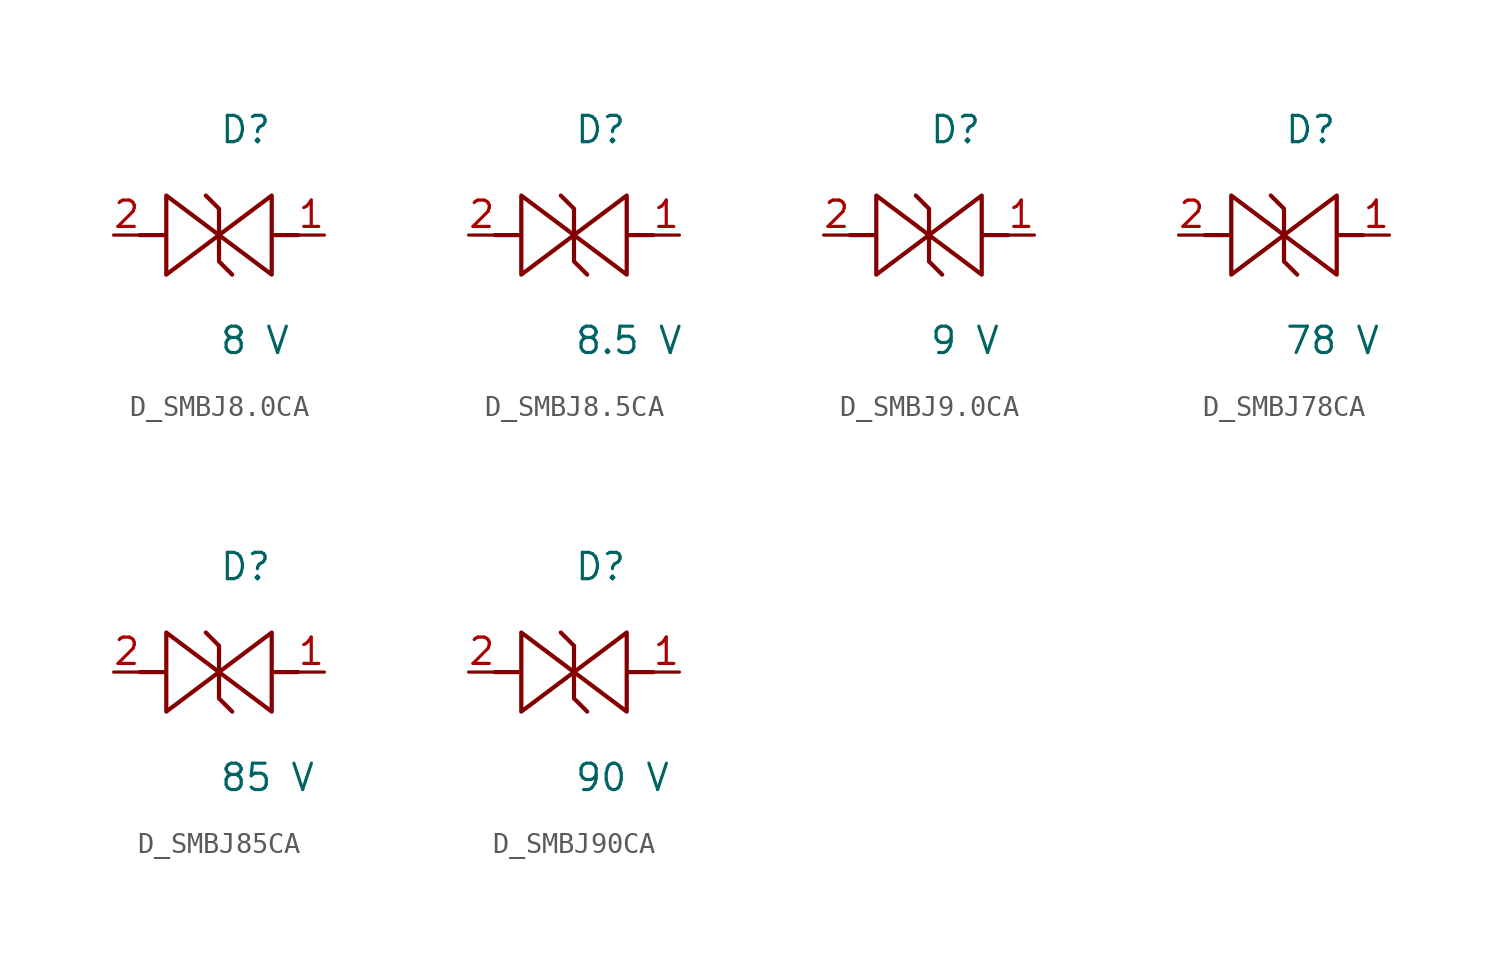
<source format=kicad_sym>
(kicad_symbol_lib
  (version 20231120)
  (generator kicad_symbol_editor)
  (generator_version 8.0)
  (symbol "D_SMBJ8.0CA"
    (pin_names
      (offset 0.254))
    (property "Reference" "D"
      (at 0.0 5.08 0)
      (effects (font (size 1.27 1.27)) (justify left)))
    (property "Value" "8 V"
      (at 0.0 -5.08 0)
      (effects (font (size 1.27 1.27)) (justify left)))
    (symbol "D_SMBJ8.0CA_1_0"
      (polyline (pts (xy 3.81 0) (xy 2.54 0) (xy 2.54 1.905) (xy 0 0) (xy 0 1.27) (xy -0.635 1.905) (xy 0 1.27) (xy 0 0) (xy -2.54 1.905) (xy -2.54 0) (xy -3.81 0) (xy -2.54 0) (xy -2.54 -1.905) (xy 0 0) (xy 0 -1.27) (xy 0.635 -1.905) (xy 0 -1.27) (xy 0 0) (xy 2.54 -1.905) (xy 2.54 0)) (stroke (width 0.203) (type default)) (fill (type none)))
      (pin unspecified line (at 5.08 0 180) (length 1.27) (name "" (effects (font (size 1.27 1.27)))) (number "1" (effects (font (size 1.27 1.27)))))
      (pin unspecified line (at -5.08 0 0) (length 1.27) (name "" (effects (font (size 1.27 1.27)))) (number "2" (effects (font (size 1.27 1.27)))))))
  (symbol "D_SMBJ8.5CA"
    (pin_names
      (offset 0.254))
    (property "Reference" "D"
      (at 0.0 5.08 0)
      (effects (font (size 1.27 1.27)) (justify left)))
    (property "Value" "8.5 V"
      (at 0.0 -5.08 0)
      (effects (font (size 1.27 1.27)) (justify left)))
    (symbol "D_SMBJ8.5CA_1_0"
      (polyline (pts (xy 3.81 0) (xy 2.54 0) (xy 2.54 1.905) (xy 0 0) (xy 0 1.27) (xy -0.635 1.905) (xy 0 1.27) (xy 0 0) (xy -2.54 1.905) (xy -2.54 0) (xy -3.81 0) (xy -2.54 0) (xy -2.54 -1.905) (xy 0 0) (xy 0 -1.27) (xy 0.635 -1.905) (xy 0 -1.27) (xy 0 0) (xy 2.54 -1.905) (xy 2.54 0)) (stroke (width 0.203) (type default)) (fill (type none)))
      (pin unspecified line (at 5.08 0 180) (length 1.27) (name "" (effects (font (size 1.27 1.27)))) (number "1" (effects (font (size 1.27 1.27)))))
      (pin unspecified line (at -5.08 0 0) (length 1.27) (name "" (effects (font (size 1.27 1.27)))) (number "2" (effects (font (size 1.27 1.27)))))))
  (symbol "D_SMBJ9.0CA"
    (pin_names
      (offset 0.254))
    (property "Reference" "D"
      (at 0.0 5.08 0)
      (effects (font (size 1.27 1.27)) (justify left)))
    (property "Value" "9 V"
      (at 0.0 -5.08 0)
      (effects (font (size 1.27 1.27)) (justify left)))
    (symbol "D_SMBJ9.0CA_1_0"
      (polyline (pts (xy 3.81 0) (xy 2.54 0) (xy 2.54 1.905) (xy 0 0) (xy 0 1.27) (xy -0.635 1.905) (xy 0 1.27) (xy 0 0) (xy -2.54 1.905) (xy -2.54 0) (xy -3.81 0) (xy -2.54 0) (xy -2.54 -1.905) (xy 0 0) (xy 0 -1.27) (xy 0.635 -1.905) (xy 0 -1.27) (xy 0 0) (xy 2.54 -1.905) (xy 2.54 0)) (stroke (width 0.203) (type default)) (fill (type none)))
      (pin unspecified line (at 5.08 0 180) (length 1.27) (name "" (effects (font (size 1.27 1.27)))) (number "1" (effects (font (size 1.27 1.27)))))
      (pin unspecified line (at -5.08 0 0) (length 1.27) (name "" (effects (font (size 1.27 1.27)))) (number "2" (effects (font (size 1.27 1.27)))))))
  (symbol "D_SMBJ78CA"
    (pin_names
      (offset 0.254))
    (property "Reference" "D"
      (at 0.0 5.08 0)
      (effects (font (size 1.27 1.27)) (justify left)))
    (property "Value" "78 V"
      (at 0.0 -5.08 0)
      (effects (font (size 1.27 1.27)) (justify left)))
    (symbol "D_SMBJ78CA_1_0"
      (polyline (pts (xy 3.81 0) (xy 2.54 0) (xy 2.54 1.905) (xy 0 0) (xy 0 1.27) (xy -0.635 1.905) (xy 0 1.27) (xy 0 0) (xy -2.54 1.905) (xy -2.54 0) (xy -3.81 0) (xy -2.54 0) (xy -2.54 -1.905) (xy 0 0) (xy 0 -1.27) (xy 0.635 -1.905) (xy 0 -1.27) (xy 0 0) (xy 2.54 -1.905) (xy 2.54 0)) (stroke (width 0.203) (type default)) (fill (type none)))
      (pin unspecified line (at 5.08 0 180) (length 1.27) (name "" (effects (font (size 1.27 1.27)))) (number "1" (effects (font (size 1.27 1.27)))))
      (pin unspecified line (at -5.08 0 0) (length 1.27) (name "" (effects (font (size 1.27 1.27)))) (number "2" (effects (font (size 1.27 1.27)))))))
  (symbol "D_SMBJ85CA"
    (pin_names
      (offset 0.254))
    (property "Reference" "D"
      (at 0.0 5.08 0)
      (effects (font (size 1.27 1.27)) (justify left)))
    (property "Value" "85 V"
      (at 0.0 -5.08 0)
      (effects (font (size 1.27 1.27)) (justify left)))
    (symbol "D_SMBJ85CA_1_0"
      (polyline (pts (xy 3.81 0) (xy 2.54 0) (xy 2.54 1.905) (xy 0 0) (xy 0 1.27) (xy -0.635 1.905) (xy 0 1.27) (xy 0 0) (xy -2.54 1.905) (xy -2.54 0) (xy -3.81 0) (xy -2.54 0) (xy -2.54 -1.905) (xy 0 0) (xy 0 -1.27) (xy 0.635 -1.905) (xy 0 -1.27) (xy 0 0) (xy 2.54 -1.905) (xy 2.54 0)) (stroke (width 0.203) (type default)) (fill (type none)))
      (pin unspecified line (at 5.08 0 180) (length 1.27) (name "" (effects (font (size 1.27 1.27)))) (number "1" (effects (font (size 1.27 1.27)))))
      (pin unspecified line (at -5.08 0 0) (length 1.27) (name "" (effects (font (size 1.27 1.27)))) (number "2" (effects (font (size 1.27 1.27)))))))
  (symbol "D_SMBJ90CA"
    (pin_names
      (offset 0.254))
    (property "Reference" "D"
      (at 0.0 5.08 0)
      (effects (font (size 1.27 1.27)) (justify left)))
    (property "Value" "90 V"
      (at 0.0 -5.08 0)
      (effects (font (size 1.27 1.27)) (justify left)))
    (symbol "D_SMBJ90CA_1_0"
      (polyline (pts (xy 3.81 0) (xy 2.54 0) (xy 2.54 1.905) (xy 0 0) (xy 0 1.27) (xy -0.635 1.905) (xy 0 1.27) (xy 0 0) (xy -2.54 1.905) (xy -2.54 0) (xy -3.81 0) (xy -2.54 0) (xy -2.54 -1.905) (xy 0 0) (xy 0 -1.27) (xy 0.635 -1.905) (xy 0 -1.27) (xy 0 0) (xy 2.54 -1.905) (xy 2.54 0)) (stroke (width 0.203) (type default)) (fill (type none)))
      (pin unspecified line (at 5.08 0 180) (length 1.27) (name "" (effects (font (size 1.27 1.27)))) (number "1" (effects (font (size 1.27 1.27)))))
      (pin unspecified line (at -5.08 0 0) (length 1.27) (name "" (effects (font (size 1.27 1.27)))) (number "2" (effects (font (size 1.27 1.27))))))))
</source>
